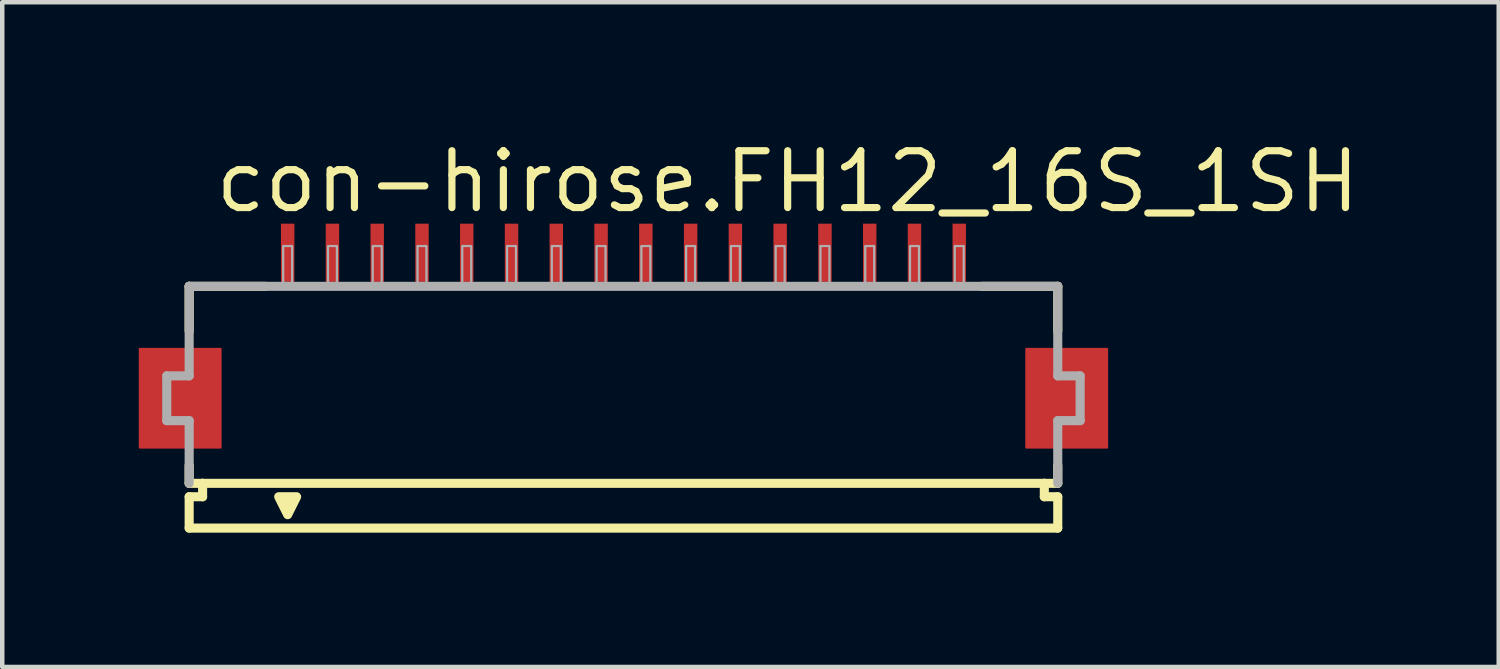
<source format=kicad_pcb>
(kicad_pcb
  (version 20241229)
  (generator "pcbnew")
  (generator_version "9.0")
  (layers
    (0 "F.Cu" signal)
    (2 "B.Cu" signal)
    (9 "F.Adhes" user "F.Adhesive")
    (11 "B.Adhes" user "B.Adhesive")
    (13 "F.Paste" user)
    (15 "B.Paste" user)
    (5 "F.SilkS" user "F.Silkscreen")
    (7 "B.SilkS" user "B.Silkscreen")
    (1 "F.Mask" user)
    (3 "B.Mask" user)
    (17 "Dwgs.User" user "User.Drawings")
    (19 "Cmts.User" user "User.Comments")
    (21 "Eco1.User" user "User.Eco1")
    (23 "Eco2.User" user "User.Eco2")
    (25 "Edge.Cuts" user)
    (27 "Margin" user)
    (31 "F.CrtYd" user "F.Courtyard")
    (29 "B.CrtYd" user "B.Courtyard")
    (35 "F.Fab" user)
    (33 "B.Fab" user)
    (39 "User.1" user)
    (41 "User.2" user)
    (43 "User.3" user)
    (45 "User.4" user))
  (footprint "con-hirose.FH12_16S_1SH"
    (layer "F.Cu")
    (at 10.875 5.845)
    (property "Reference" "con-hirose.FH12_16S_1SH" (at -9.198 -4.095 0) (layer "F.SilkS") (effects (font (size 1.27 1.27) (thickness 0.16)) (justify left bottom)))
    (attr smd)
    (fp_rect (start -10.8 1.1) (end -9 -1.1) (stroke (width 0.05) (type default)) (fill yes) (layer "F.Cu"))
    (fp_rect (start 9 1.1) (end 10.8 -1.1) (stroke (width 0.05) (type default)) (fill yes) (layer "F.Cu"))
    (fp_rect (start -10.85 1.175) (end -8.95 -1.175) (stroke (width 0.05) (type default)) (fill yes) (layer "F.Mask"))
    (fp_rect (start -7.7 -2.55) (end -7.3 -3.95) (stroke (width 0.05) (type default)) (fill yes) (layer "F.Mask"))
    (fp_rect (start -6.7 -2.55) (end -6.3 -3.95) (stroke (width 0.05) (type default)) (fill yes) (layer "F.Mask"))
    (fp_rect (start -5.7 -2.55) (end -5.3 -3.95) (stroke (width 0.05) (type default)) (fill yes) (layer "F.Mask"))
    (fp_rect (start -4.7 -2.55) (end -4.3 -3.95) (stroke (width 0.05) (type default)) (fill yes) (layer "F.Mask"))
    (fp_rect (start -3.7 -2.55) (end -3.3 -3.95) (stroke (width 0.05) (type default)) (fill yes) (layer "F.Mask"))
    (fp_rect (start -2.7 -2.55) (end -2.3 -3.95) (stroke (width 0.05) (type default)) (fill yes) (layer "F.Mask"))
    (fp_rect (start -1.7 -2.55) (end -1.3 -3.95) (stroke (width 0.05) (type default)) (fill yes) (layer "F.Mask"))
    (fp_rect (start -0.7 -2.55) (end -0.3 -3.95) (stroke (width 0.05) (type default)) (fill yes) (layer "F.Mask"))
    (fp_rect (start 0.3 -2.55) (end 0.7 -3.95) (stroke (width 0.05) (type default)) (fill yes) (layer "F.Mask"))
    (fp_rect (start 1.3 -2.55) (end 1.7 -3.95) (stroke (width 0.05) (type default)) (fill yes) (layer "F.Mask"))
    (fp_rect (start 2.3 -2.55) (end 2.7 -3.95) (stroke (width 0.05) (type default)) (fill yes) (layer "F.Mask"))
    (fp_rect (start 3.3 -2.55) (end 3.7 -3.95) (stroke (width 0.05) (type default)) (fill yes) (layer "F.Mask"))
    (fp_rect (start 4.3 -2.55) (end 4.7 -3.95) (stroke (width 0.05) (type default)) (fill yes) (layer "F.Mask"))
    (fp_rect (start 5.3 -2.55) (end 5.7 -3.95) (stroke (width 0.05) (type default)) (fill yes) (layer "F.Mask"))
    (fp_rect (start 6.3 -2.55) (end 6.7 -3.95) (stroke (width 0.05) (type default)) (fill yes) (layer "F.Mask"))
    (fp_rect (start 7.3 -2.55) (end 7.7 -3.95) (stroke (width 0.05) (type default)) (fill yes) (layer "F.Mask"))
    (fp_rect (start 8.95 1.175) (end 10.85 -1.175) (stroke (width 0.05) (type default)) (fill yes) (layer "F.Mask"))
    (fp_line (start -9.7 -2.5) (end -9.7 -1.5) (stroke (width 0.203) (type default)) (layer "F.SilkS"))
    (fp_line (start -9.7 1.5) (end -9.7 1.9) (stroke (width 0.203) (type default)) (layer "F.SilkS"))
    (fp_line (start -9.7 1.9) (end -9.4 1.9) (stroke (width 0.203) (type default)) (layer "F.SilkS"))
    (fp_line (start -9.7 2.2) (end -9.7 2.9) (stroke (width 0.203) (type default)) (layer "F.SilkS"))
    (fp_line (start -9.4 1.9) (end -9.4 2.2) (stroke (width 0.203) (type default)) (layer "F.SilkS"))
    (fp_line (start -9.4 2.2) (end -9.7 2.2) (stroke (width 0.203) (type default)) (layer "F.SilkS"))
    (fp_line (start -8 -2.5) (end -9.7 -2.5) (stroke (width 0.203) (type default)) (layer "F.SilkS"))
    (fp_line (start 9.4 1.9) (end -9.4 1.9) (stroke (width 0.203) (type default)) (layer "F.SilkS"))
    (fp_line (start 9.4 1.9) (end 9.7 1.9) (stroke (width 0.203) (type default)) (layer "F.SilkS"))
    (fp_line (start 9.4 2.2) (end 9.4 1.9) (stroke (width 0.203) (type default)) (layer "F.SilkS"))
    (fp_line (start 9.7 -2.5) (end 8 -2.5) (stroke (width 0.203) (type default)) (layer "F.SilkS"))
    (fp_line (start 9.7 -1.5) (end 9.7 -2.5) (stroke (width 0.203) (type default)) (layer "F.SilkS"))
    (fp_line (start 9.7 1.9) (end 9.7 1.5) (stroke (width 0.203) (type default)) (layer "F.SilkS"))
    (fp_line (start 9.7 2.2) (end 9.4 2.2) (stroke (width 0.203) (type default)) (layer "F.SilkS"))
    (fp_line (start 9.7 2.9) (end -9.7 2.9) (stroke (width 0.203) (type default)) (layer "F.SilkS"))
    (fp_line (start 9.7 2.9) (end 9.7 2.2) (stroke (width 0.203) (type default)) (layer "F.SilkS"))
    (fp_poly (pts (xy -7.7 2.2) (xy -7.5 2.6) (xy -7.3 2.2)) (stroke (width 0.203) (type default)) (fill yes) (layer "F.SilkS"))
    (fp_rect (start -10.725 1.025) (end -9.075 -1.025) (stroke (width 0.05) (type default)) (fill yes) (layer "F.Paste"))
    (fp_rect (start -7.625 -2.625) (end -7.375 -3.875) (stroke (width 0.05) (type default)) (fill yes) (layer "F.Paste"))
    (fp_rect (start -6.625 -2.625) (end -6.375 -3.875) (stroke (width 0.05) (type default)) (fill yes) (layer "F.Paste"))
    (fp_rect (start -5.625 -2.625) (end -5.375 -3.875) (stroke (width 0.05) (type default)) (fill yes) (layer "F.Paste"))
    (fp_rect (start -4.625 -2.625) (end -4.375 -3.875) (stroke (width 0.05) (type default)) (fill yes) (layer "F.Paste"))
    (fp_rect (start -3.625 -2.625) (end -3.375 -3.875) (stroke (width 0.05) (type default)) (fill yes) (layer "F.Paste"))
    (fp_rect (start -2.625 -2.625) (end -2.375 -3.875) (stroke (width 0.05) (type default)) (fill yes) (layer "F.Paste"))
    (fp_rect (start -1.625 -2.625) (end -1.375 -3.875) (stroke (width 0.05) (type default)) (fill yes) (layer "F.Paste"))
    (fp_rect (start -0.625 -2.625) (end -0.375 -3.875) (stroke (width 0.05) (type default)) (fill yes) (layer "F.Paste"))
    (fp_rect (start 0.375 -2.625) (end 0.625 -3.875) (stroke (width 0.05) (type default)) (fill yes) (layer "F.Paste"))
    (fp_rect (start 1.375 -2.625) (end 1.625 -3.875) (stroke (width 0.05) (type default)) (fill yes) (layer "F.Paste"))
    (fp_rect (start 2.375 -2.625) (end 2.625 -3.875) (stroke (width 0.05) (type default)) (fill yes) (layer "F.Paste"))
    (fp_rect (start 3.375 -2.625) (end 3.625 -3.875) (stroke (width 0.05) (type default)) (fill yes) (layer "F.Paste"))
    (fp_rect (start 4.375 -2.625) (end 4.625 -3.875) (stroke (width 0.05) (type default)) (fill yes) (layer "F.Paste"))
    (fp_rect (start 5.375 -2.625) (end 5.625 -3.875) (stroke (width 0.05) (type default)) (fill yes) (layer "F.Paste"))
    (fp_rect (start 6.375 -2.625) (end 6.625 -3.875) (stroke (width 0.05) (type default)) (fill yes) (layer "F.Paste"))
    (fp_rect (start 7.375 -2.625) (end 7.625 -3.875) (stroke (width 0.05) (type default)) (fill yes) (layer "F.Paste"))
    (fp_rect (start 9.075 1.025) (end 10.725 -1.025) (stroke (width 0.05) (type default)) (fill yes) (layer "F.Paste"))
    (fp_line (start -10.2 -0.5) (end -10.2 0.5) (stroke (width 0.203) (type default)) (layer "F.Fab"))
    (fp_line (start -10.2 0.5) (end -9.7 0.5) (stroke (width 0.203) (type default)) (layer "F.Fab"))
    (fp_line (start -9.7 -2.5) (end -9.7 -0.5) (stroke (width 0.203) (type default)) (layer "F.Fab"))
    (fp_line (start -9.7 -0.5) (end -10.2 -0.5) (stroke (width 0.203) (type default)) (layer "F.Fab"))
    (fp_line (start -9.7 0.5) (end -9.7 1.9) (stroke (width 0.203) (type default)) (layer "F.Fab"))
    (fp_line (start 9.7 -2.5) (end -9.7 -2.5) (stroke (width 0.203) (type default)) (layer "F.Fab"))
    (fp_line (start 9.7 -0.5) (end 9.7 -2.5) (stroke (width 0.203) (type default)) (layer "F.Fab"))
    (fp_line (start 9.7 0.5) (end 10.2 0.5) (stroke (width 0.203) (type default)) (layer "F.Fab"))
    (fp_line (start 9.7 1.9) (end 9.7 0.5) (stroke (width 0.203) (type default)) (layer "F.Fab"))
    (fp_line (start 10.2 -0.5) (end 9.7 -0.5) (stroke (width 0.203) (type default)) (layer "F.Fab"))
    (fp_line (start 10.2 0.5) (end 10.2 -0.5) (stroke (width 0.203) (type default)) (layer "F.Fab"))
    (fp_rect (start -7.6 -2.55) (end -7.4 -3.4) (stroke (width 0.05) (type default)) (fill no) (layer "F.Fab"))
    (fp_rect (start -6.6 -2.55) (end -6.4 -3.4) (stroke (width 0.05) (type default)) (fill no) (layer "F.Fab"))
    (fp_rect (start -5.6 -2.55) (end -5.4 -3.4) (stroke (width 0.05) (type default)) (fill no) (layer "F.Fab"))
    (fp_rect (start -4.6 -2.55) (end -4.4 -3.4) (stroke (width 0.05) (type default)) (fill no) (layer "F.Fab"))
    (fp_rect (start -3.6 -2.55) (end -3.4 -3.4) (stroke (width 0.05) (type default)) (fill no) (layer "F.Fab"))
    (fp_rect (start -2.6 -2.55) (end -2.4 -3.4) (stroke (width 0.05) (type default)) (fill no) (layer "F.Fab"))
    (fp_rect (start -1.6 -2.55) (end -1.4 -3.4) (stroke (width 0.05) (type default)) (fill no) (layer "F.Fab"))
    (fp_rect (start -0.6 -2.55) (end -0.4 -3.4) (stroke (width 0.05) (type default)) (fill no) (layer "F.Fab"))
    (fp_rect (start 0.4 -2.55) (end 0.6 -3.4) (stroke (width 0.05) (type default)) (fill no) (layer "F.Fab"))
    (fp_rect (start 1.4 -2.55) (end 1.6 -3.4) (stroke (width 0.05) (type default)) (fill no) (layer "F.Fab"))
    (fp_rect (start 2.4 -2.55) (end 2.6 -3.4) (stroke (width 0.05) (type default)) (fill no) (layer "F.Fab"))
    (fp_rect (start 3.4 -2.55) (end 3.6 -3.4) (stroke (width 0.05) (type default)) (fill no) (layer "F.Fab"))
    (fp_rect (start 4.4 -2.55) (end 4.6 -3.4) (stroke (width 0.05) (type default)) (fill no) (layer "F.Fab"))
    (fp_rect (start 5.4 -2.55) (end 5.6 -3.4) (stroke (width 0.05) (type default)) (fill no) (layer "F.Fab"))
    (fp_rect (start 6.4 -2.55) (end 6.6 -3.4) (stroke (width 0.05) (type default)) (fill no) (layer "F.Fab"))
    (fp_rect (start 7.4 -2.55) (end 7.6 -3.4) (stroke (width 0.05) (type default)) (fill no) (layer "F.Fab"))
    (pad "1" smd roundrect (at -7.5 -3.25) (size 0.3 1.3) (layers "F.Cu" "F.Mask" "F.Paste") (roundrect_rratio 0.01))
    (pad "2" smd roundrect (at -6.5 -3.25) (size 0.3 1.3) (layers "F.Cu" "F.Mask" "F.Paste") (roundrect_rratio 0.01))
    (pad "3" smd roundrect (at -5.5 -3.25) (size 0.3 1.3) (layers "F.Cu" "F.Mask" "F.Paste") (roundrect_rratio 0.01))
    (pad "4" smd roundrect (at -4.5 -3.25) (size 0.3 1.3) (layers "F.Cu" "F.Mask" "F.Paste") (roundrect_rratio 0.01))
    (pad "5" smd roundrect (at -3.5 -3.25) (size 0.3 1.3) (layers "F.Cu" "F.Mask" "F.Paste") (roundrect_rratio 0.01))
    (pad "6" smd roundrect (at -2.5 -3.25) (size 0.3 1.3) (layers "F.Cu" "F.Mask" "F.Paste") (roundrect_rratio 0.01))
    (pad "7" smd roundrect (at -1.5 -3.25) (size 0.3 1.3) (layers "F.Cu" "F.Mask" "F.Paste") (roundrect_rratio 0.01))
    (pad "8" smd roundrect (at -0.5 -3.25) (size 0.3 1.3) (layers "F.Cu" "F.Mask" "F.Paste") (roundrect_rratio 0.01))
    (pad "9" smd roundrect (at 0.5 -3.25) (size 0.3 1.3) (layers "F.Cu" "F.Mask" "F.Paste") (roundrect_rratio 0.01))
    (pad "10" smd roundrect (at 1.5 -3.25) (size 0.3 1.3) (layers "F.Cu" "F.Mask" "F.Paste") (roundrect_rratio 0.01))
    (pad "11" smd roundrect (at 2.5 -3.25) (size 0.3 1.3) (layers "F.Cu" "F.Mask" "F.Paste") (roundrect_rratio 0.01))
    (pad "12" smd roundrect (at 3.5 -3.25) (size 0.3 1.3) (layers "F.Cu" "F.Mask" "F.Paste") (roundrect_rratio 0.01))
    (pad "13" smd roundrect (at 4.5 -3.25) (size 0.3 1.3) (layers "F.Cu" "F.Mask" "F.Paste") (roundrect_rratio 0.01))
    (pad "14" smd roundrect (at 5.5 -3.25) (size 0.3 1.3) (layers "F.Cu" "F.Mask" "F.Paste") (roundrect_rratio 0.01))
    (pad "15" smd roundrect (at 6.5 -3.25) (size 0.3 1.3) (layers "F.Cu" "F.Mask" "F.Paste") (roundrect_rratio 0.01))
    (pad "16" smd roundrect (at 7.5 -3.25) (size 0.3 1.3) (layers "F.Cu" "F.Mask" "F.Paste") (roundrect_rratio 0.01)))
  (gr_rect
    (start -3 -3)
    (end 30.424 11.847)
    (stroke (width 0.1) (type default))
    (fill no)
    (layer "Edge.Cuts")))
</source>
